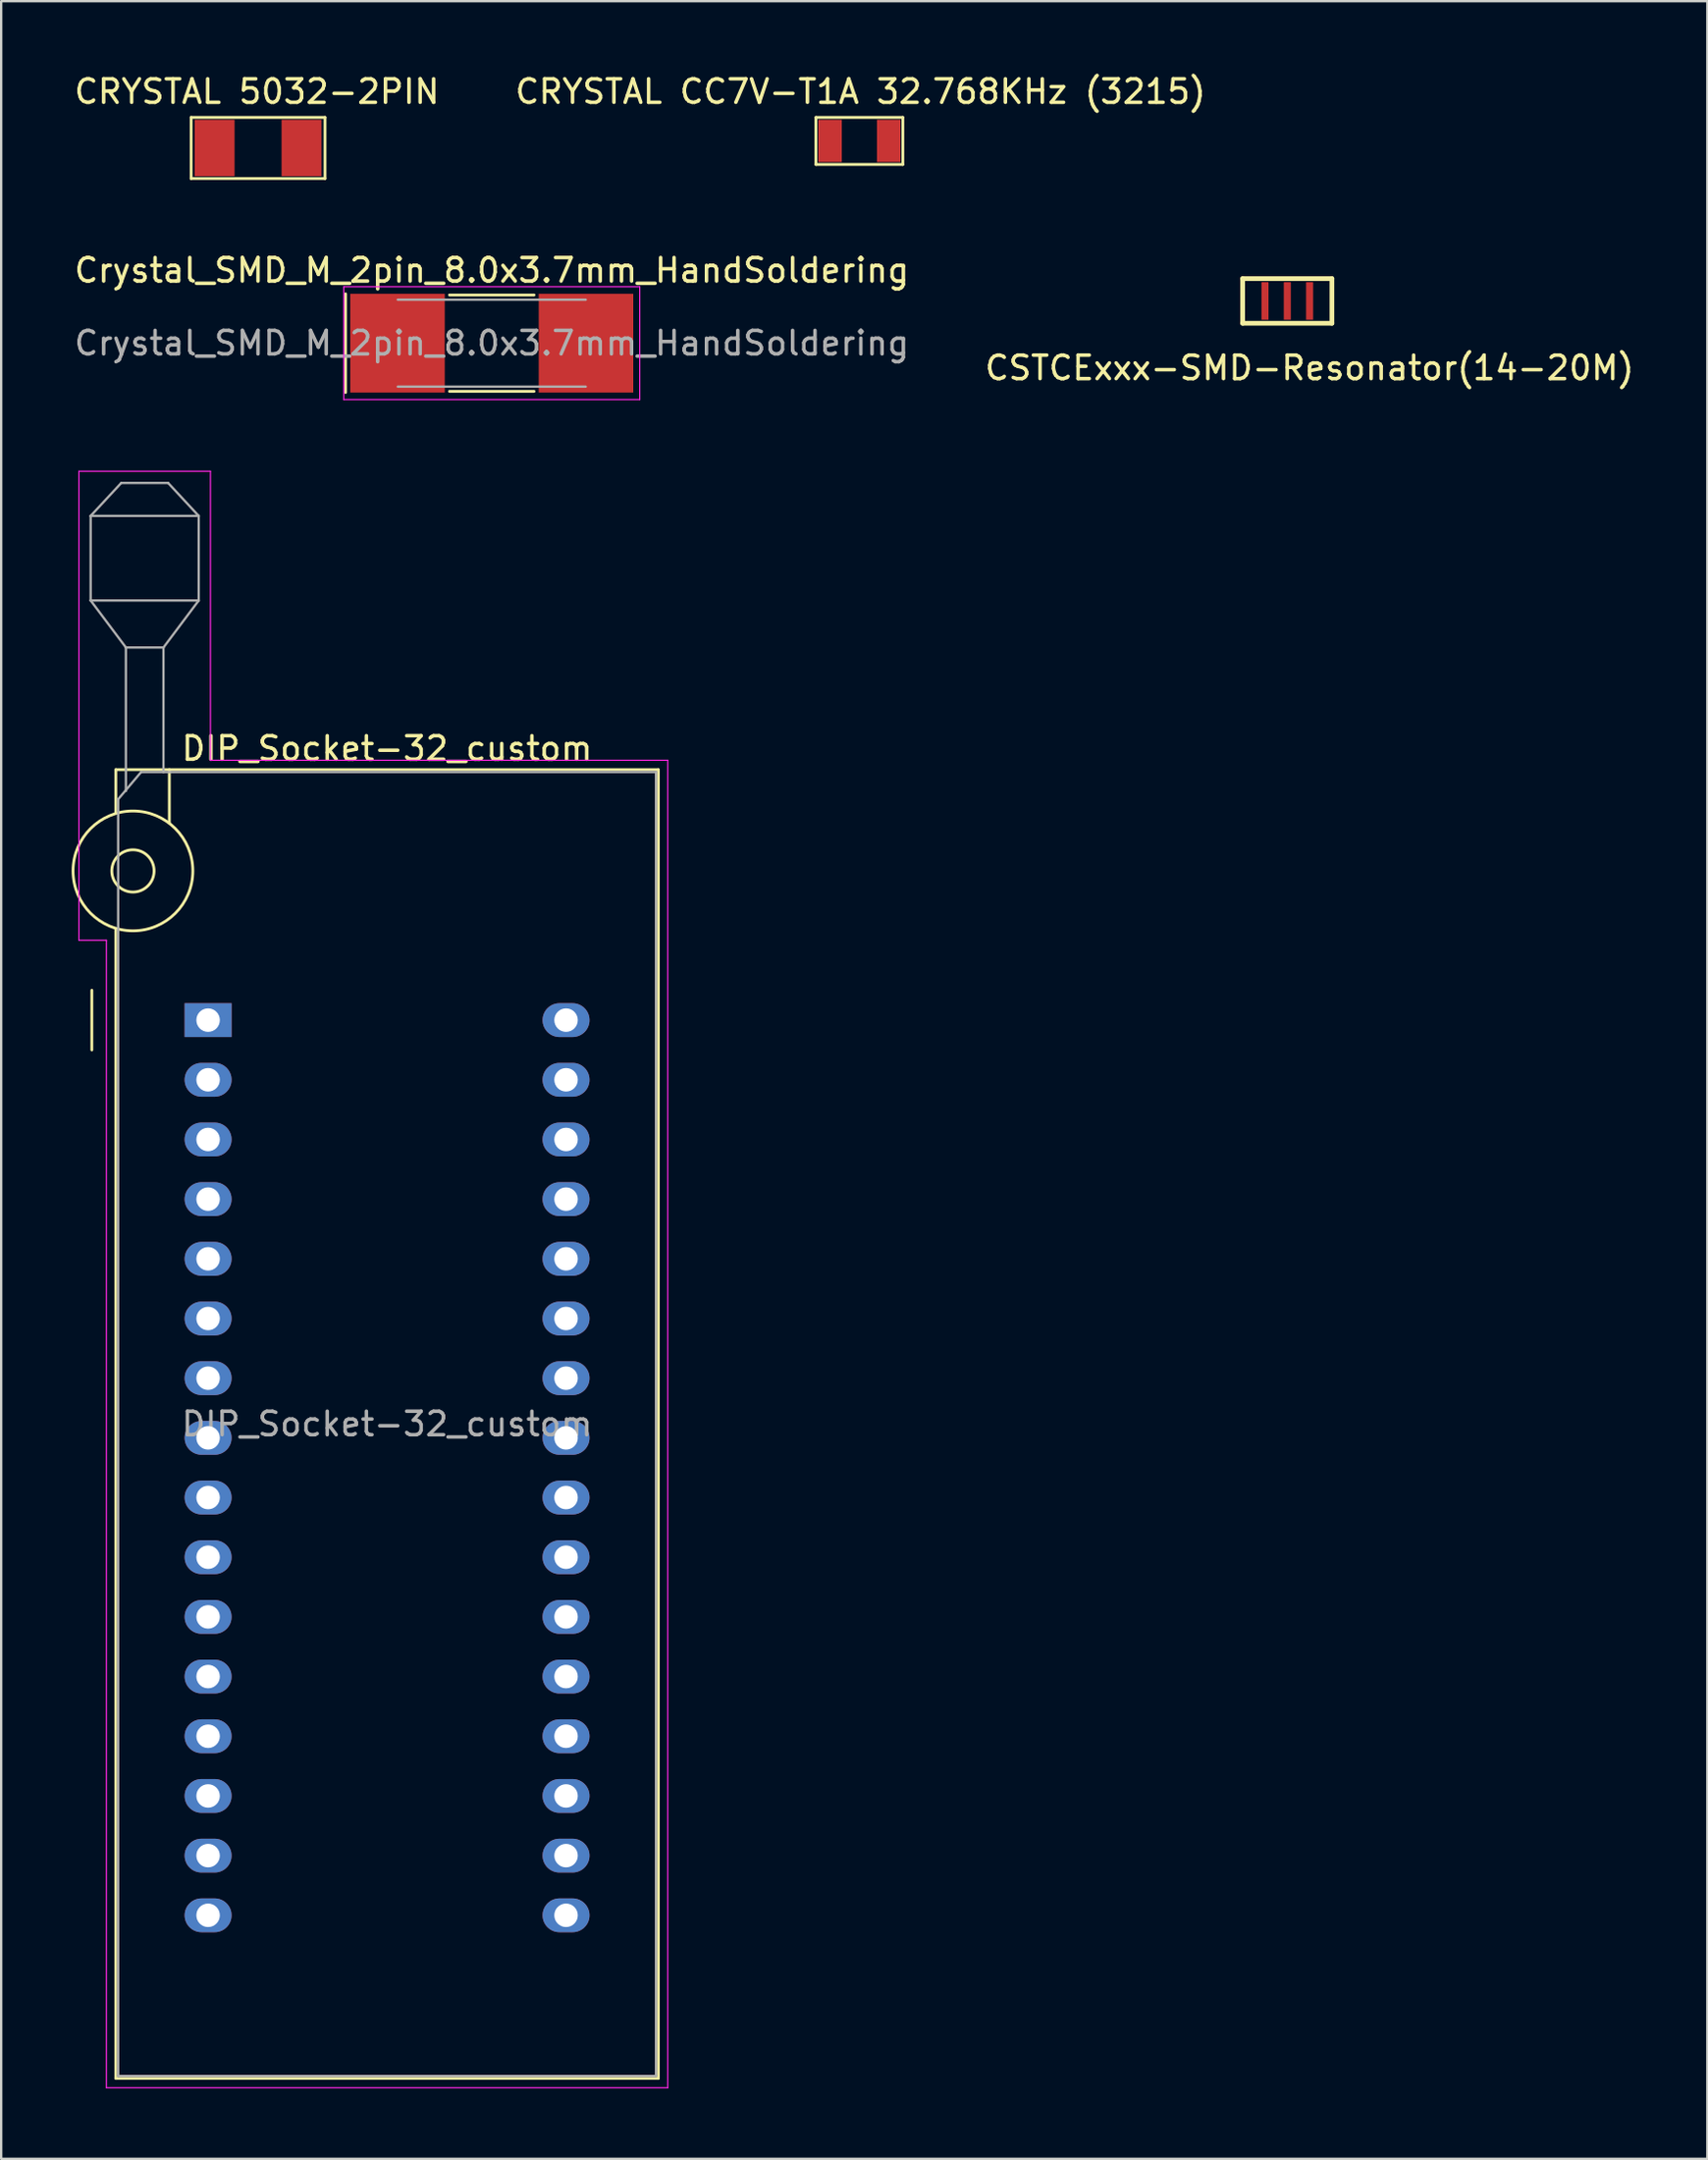
<source format=kicad_pcb>
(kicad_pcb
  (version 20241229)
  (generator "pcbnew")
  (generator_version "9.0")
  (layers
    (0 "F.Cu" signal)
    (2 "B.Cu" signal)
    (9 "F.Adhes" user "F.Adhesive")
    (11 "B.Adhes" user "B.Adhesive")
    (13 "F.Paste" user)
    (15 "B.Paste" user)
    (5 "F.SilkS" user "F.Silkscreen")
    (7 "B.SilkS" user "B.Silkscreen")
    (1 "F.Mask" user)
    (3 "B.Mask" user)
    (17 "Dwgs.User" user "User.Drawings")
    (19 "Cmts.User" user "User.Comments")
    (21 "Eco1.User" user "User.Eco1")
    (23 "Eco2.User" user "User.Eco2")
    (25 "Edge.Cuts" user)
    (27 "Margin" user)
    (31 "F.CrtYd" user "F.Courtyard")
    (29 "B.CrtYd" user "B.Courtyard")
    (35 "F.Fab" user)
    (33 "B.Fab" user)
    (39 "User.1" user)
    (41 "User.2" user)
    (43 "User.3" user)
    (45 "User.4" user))
  (footprint "CRYSTAL 5032-2PIN"
    (layer "F.Cu")
    (at 7.887 3.448)
    (property "Reference" "CRYSTAL 5032-2PIN" (at 0 -2.6 0) (layer "F.SilkS") (effects (font (size 1 1) (thickness 0.15))))
    (attr through_hole)
    (fp_line (start -2.8 -1.5) (end 2.9 -1.5) (stroke (width 0.12) (type solid)) (layer "F.SilkS"))
    (fp_line (start -2.8 1.1) (end -2.8 -1.5) (stroke (width 0.12) (type solid)) (layer "F.SilkS"))
    (fp_line (start 2.9 -1.5) (end 2.9 1.1) (stroke (width 0.12) (type solid)) (layer "F.SilkS"))
    (fp_line (start 2.9 1.1) (end -2.8 1.1) (stroke (width 0.12) (type solid)) (layer "F.SilkS"))
    (pad "1" smd rect (at -1.8 -0.2) (size 1.7 2.4) (layers "F.Cu" "F.Mask" "F.Paste"))
    (pad "2" smd rect (at 1.9 -0.2) (size 1.7 2.4) (layers "F.Cu" "F.Mask" "F.Paste")))
  (footprint "DIP_Socket-32_custom"
    (layer "F.Cu")
    (at 5.81 40.367)
    (property "Reference" "DIP_Socket-32_custom" (at 7.62 -11.56 0) (layer "F.SilkS") (effects (font (size 1 1) (thickness 0.15))))
    (attr through_hole)
    (fp_line (start -4.95 1.27) (end -4.95 -1.27) (stroke (width 0.12) (type solid)) (layer "F.SilkS"))
    (fp_line (start -3.93 -10.66) (end -3.93 -8.8) (stroke (width 0.12) (type solid)) (layer "F.SilkS"))
    (fp_line (start -3.93 -3.9) (end -3.93 45.04) (stroke (width 0.12) (type solid)) (layer "F.SilkS"))
    (fp_line (start -3.93 45.04) (end 19.17 45.04) (stroke (width 0.12) (type solid)) (layer "F.SilkS"))
    (fp_line (start -1.65 -10.66) (end -1.65 -8.4) (stroke (width 0.12) (type solid)) (layer "F.SilkS"))
    (fp_line (start 19.17 -10.66) (end -3.93 -10.66) (stroke (width 0.12) (type solid)) (layer "F.SilkS"))
    (fp_line (start 19.17 45.04) (end 19.17 -10.66) (stroke (width 0.12) (type solid)) (layer "F.SilkS"))
    (fp_circle (center -3.2 -6.35) (end -2.3 -6.35) (stroke (width 0.12) (type solid)) (fill no) (layer "F.SilkS"))
    (fp_circle (center -3.2 -6.35) (end -0.65 -6.35) (stroke (width 0.12) (type solid)) (fill no) (layer "F.SilkS"))
    (fp_line (start -5.5 -23.36) (end 0.1 -23.36) (stroke (width 0.05) (type solid)) (layer "F.CrtYd"))
    (fp_line (start -5.5 -3.4) (end -5.5 -23.36) (stroke (width 0.05) (type solid)) (layer "F.CrtYd"))
    (fp_line (start -4.33 -3.4) (end -5.5 -3.4) (stroke (width 0.05) (type solid)) (layer "F.CrtYd"))
    (fp_line (start -4.33 45.44) (end -4.33 -3.4) (stroke (width 0.05) (type solid)) (layer "F.CrtYd"))
    (fp_line (start 0.1 -23.36) (end 0.1 -11.06) (stroke (width 0.05) (type solid)) (layer "F.CrtYd"))
    (fp_line (start 0.1 -11.06) (end 19.57 -11.06) (stroke (width 0.05) (type solid)) (layer "F.CrtYd"))
    (fp_line (start 19.57 -11.06) (end 19.57 45.44) (stroke (width 0.05) (type solid)) (layer "F.CrtYd"))
    (fp_line (start 19.57 45.44) (end -4.33 45.44) (stroke (width 0.05) (type solid)) (layer "F.CrtYd"))
    (fp_line (start -5 -21.46) (end -5 -17.86) (stroke (width 0.1) (type solid)) (layer "F.Fab"))
    (fp_line (start -5 -21.46) (end -3.7 -22.86) (stroke (width 0.1) (type solid)) (layer "F.Fab"))
    (fp_line (start -5 -17.86) (end -3.5 -15.86) (stroke (width 0.1) (type solid)) (layer "F.Fab"))
    (fp_line (start -5 -17.86) (end -0.4 -17.86) (stroke (width 0.1) (type solid)) (layer "F.Fab"))
    (fp_line (start -3.83 -9.4) (end -2.85 -10.56) (stroke (width 0.1) (type solid)) (layer "F.Fab"))
    (fp_line (start -3.83 44.94) (end -3.83 -9.4) (stroke (width 0.1) (type solid)) (layer "F.Fab"))
    (fp_line (start -3.7 -22.86) (end -1.7 -22.86) (stroke (width 0.1) (type solid)) (layer "F.Fab"))
    (fp_line (start -3.5 -15.86) (end -1.9 -15.86) (stroke (width 0.1) (type solid)) (layer "F.Fab"))
    (fp_line (start -3.5 -9.75) (end -3.5 -15.86) (stroke (width 0.1) (type solid)) (layer "F.Fab"))
    (fp_line (start -2.85 -10.56) (end 19.07 -10.56) (stroke (width 0.1) (type solid)) (layer "F.Fab"))
    (fp_line (start -1.9 -15.86) (end -1.9 -10.56) (stroke (width 0.1) (type solid)) (layer "F.Fab"))
    (fp_line (start -1.7 -22.86) (end -0.4 -21.46) (stroke (width 0.1) (type solid)) (layer "F.Fab"))
    (fp_line (start -0.4 -21.46) (end -5 -21.46) (stroke (width 0.1) (type solid)) (layer "F.Fab"))
    (fp_line (start -0.4 -17.86) (end -1.9 -15.86) (stroke (width 0.1) (type solid)) (layer "F.Fab"))
    (fp_line (start -0.4 -17.86) (end -0.4 -21.46) (stroke (width 0.1) (type solid)) (layer "F.Fab"))
    (fp_line (start 19.07 -10.56) (end 19.07 44.94) (stroke (width 0.1) (type solid)) (layer "F.Fab"))
    (fp_line (start 19.07 44.94) (end -3.83 44.94) (stroke (width 0.1) (type solid)) (layer "F.Fab"))
    (fp_text user "${REFERENCE}" (at 7.62 17.19 0) (layer "F.Fab") (effects (font (size 1 1) (thickness 0.15))))
    (pad "" thru_hole oval (at 0 35.56) (size 2 1.44) (drill 1) (layers "*.Cu" "*.Mask"))
    (pad "" thru_hole oval (at 0 38.1) (size 2 1.44) (drill 1) (layers "*.Cu" "*.Mask"))
    (pad "" thru_hole oval (at 15.24 35.56) (size 2 1.44) (drill 1) (layers "*.Cu" "*.Mask"))
    (pad "" thru_hole oval (at 15.24 38.1) (size 2 1.44) (drill 1) (layers "*.Cu" "*.Mask"))
    (pad "1" thru_hole rect (at 0 0) (size 2 1.44) (drill 1) (layers "*.Cu" "*.Mask"))
    (pad "2" thru_hole oval (at 0 2.54) (size 2 1.44) (drill 1) (layers "*.Cu" "*.Mask"))
    (pad "3" thru_hole oval (at 0 5.08) (size 2 1.44) (drill 1) (layers "*.Cu" "*.Mask"))
    (pad "4" thru_hole oval (at 0 7.62) (size 2 1.44) (drill 1) (layers "*.Cu" "*.Mask"))
    (pad "5" thru_hole oval (at 0 10.16) (size 2 1.44) (drill 1) (layers "*.Cu" "*.Mask"))
    (pad "6" thru_hole oval (at 0 12.7) (size 2 1.44) (drill 1) (layers "*.Cu" "*.Mask"))
    (pad "7" thru_hole oval (at 0 15.24) (size 2 1.44) (drill 1) (layers "*.Cu" "*.Mask"))
    (pad "8" thru_hole oval (at 0 17.78) (size 2 1.44) (drill 1) (layers "*.Cu" "*.Mask"))
    (pad "9" thru_hole oval (at 0 20.32) (size 2 1.44) (drill 1) (layers "*.Cu" "*.Mask"))
    (pad "10" thru_hole oval (at 0 22.86) (size 2 1.44) (drill 1) (layers "*.Cu" "*.Mask"))
    (pad "11" thru_hole oval (at 0 25.4) (size 2 1.44) (drill 1) (layers "*.Cu" "*.Mask"))
    (pad "12" thru_hole oval (at 0 27.94) (size 2 1.44) (drill 1) (layers "*.Cu" "*.Mask"))
    (pad "13" thru_hole oval (at 0 30.48) (size 2 1.44) (drill 1) (layers "*.Cu" "*.Mask"))
    (pad "14" thru_hole oval (at 0 33.02) (size 2 1.44) (drill 1) (layers "*.Cu" "*.Mask"))
    (pad "15" thru_hole oval (at 15.24 33.02) (size 2 1.44) (drill 1) (layers "*.Cu" "*.Mask"))
    (pad "16" thru_hole oval (at 15.24 30.48) (size 2 1.44) (drill 1) (layers "*.Cu" "*.Mask"))
    (pad "17" thru_hole oval (at 15.24 27.94) (size 2 1.44) (drill 1) (layers "*.Cu" "*.Mask"))
    (pad "18" thru_hole oval (at 15.24 25.4) (size 2 1.44) (drill 1) (layers "*.Cu" "*.Mask"))
    (pad "19" thru_hole oval (at 15.24 22.86) (size 2 1.44) (drill 1) (layers "*.Cu" "*.Mask"))
    (pad "20" thru_hole oval (at 15.24 20.32) (size 2 1.44) (drill 1) (layers "*.Cu" "*.Mask"))
    (pad "21" thru_hole oval (at 15.24 17.78) (size 2 1.44) (drill 1) (layers "*.Cu" "*.Mask"))
    (pad "22" thru_hole oval (at 15.24 15.24) (size 2 1.44) (drill 1) (layers "*.Cu" "*.Mask"))
    (pad "23" thru_hole oval (at 15.24 12.7) (size 2 1.44) (drill 1) (layers "*.Cu" "*.Mask"))
    (pad "24" thru_hole oval (at 15.24 10.16) (size 2 1.44) (drill 1) (layers "*.Cu" "*.Mask"))
    (pad "25" thru_hole oval (at 15.24 7.62) (size 2 1.44) (drill 1) (layers "*.Cu" "*.Mask"))
    (pad "26" thru_hole oval (at 15.24 5.08) (size 2 1.44) (drill 1) (layers "*.Cu" "*.Mask"))
    (pad "27" thru_hole oval (at 15.24 2.54) (size 2 1.44) (drill 1) (layers "*.Cu" "*.Mask"))
    (pad "28" thru_hole oval (at 15.24 0) (size 2 1.44) (drill 1) (layers "*.Cu" "*.Mask")))
  (footprint "Crystal_SMD_M_2pin_8.0x3.7mm_HandSoldering"
    (layer "F.Cu")
    (at 17.887 11.556)
    (property "Reference" "Crystal_SMD_M_2pin_8.0x3.7mm_HandSoldering" (at 0 -3.1 0) (layer "F.SilkS") (effects (font (size 1 1) (thickness 0.15))))
    (attr smd)
    (fp_line (start -6.225 -2.1) (end -6.225 2.1) (stroke (width 0.12) (type solid)) (layer "F.SilkS"))
    (fp_line (start -1.8 -2.05) (end 1.8 -2.05) (stroke (width 0.12) (type solid)) (layer "F.SilkS"))
    (fp_line (start -1.8 2.05) (end 1.8 2.05) (stroke (width 0.12) (type solid)) (layer "F.SilkS"))
    (fp_line (start -6.3 -2.4) (end -6.3 2.4) (stroke (width 0.05) (type solid)) (layer "F.CrtYd"))
    (fp_line (start -6.3 2.4) (end 6.3 2.4) (stroke (width 0.05) (type solid)) (layer "F.CrtYd"))
    (fp_line (start 6.3 -2.4) (end -6.3 -2.4) (stroke (width 0.05) (type solid)) (layer "F.CrtYd"))
    (fp_line (start 6.3 2.4) (end 6.3 -2.4) (stroke (width 0.05) (type solid)) (layer "F.CrtYd"))
    (fp_line (start -4 1.85) (end 4 1.85) (stroke (width 0.1) (type solid)) (layer "F.Fab"))
    (fp_line (start 4 -1.85) (end -4 -1.85) (stroke (width 0.1) (type solid)) (layer "F.Fab"))
    (fp_text user "${REFERENCE}" (at 0 0 0) (layer "F.Fab") (effects (font (size 1 1) (thickness 0.15))))
    (pad "1" smd rect (at -4.013 0) (size 4.025 4.2) (layers "F.Cu" "F.Mask" "F.Paste"))
    (pad "2" smd rect (at 4.013 0) (size 4.025 4.2) (layers "F.Cu" "F.Mask" "F.Paste")))
  (footprint "CSTCExxx-SMD-Resonator(14-20M)"
    (layer "F.Cu")
    (at 52.708 7.858)
    (property "Reference" "CSTCExxx-SMD-Resonator(14-20M)" (at 0 4.75 0) (layer "F.SilkS") (effects (font (size 1 1) (thickness 0.15))))
    (attr through_hole)
    (fp_line (start -2.85 0.95) (end 0.95 0.95) (stroke (width 0.2) (type solid)) (layer "F.SilkS"))
    (fp_line (start -2.85 2.85) (end -2.85 0.95) (stroke (width 0.2) (type solid)) (layer "F.SilkS"))
    (fp_line (start 0.95 0.95) (end 0.95 2.85) (stroke (width 0.2) (type solid)) (layer "F.SilkS"))
    (fp_line (start 0.95 2.85) (end -2.85 2.85) (stroke (width 0.2) (type solid)) (layer "F.SilkS"))
    (pad "1" smd rect (at -1.9 1.9) (size 0.3 1.6) (layers "F.Cu" "F.Mask" "F.Paste"))
    (pad "2" smd rect (at -0.95 1.9) (size 0.3 1.6) (layers "F.Cu" "F.Mask" "F.Paste"))
    (pad "3" smd rect (at 0 1.9) (size 0.3 1.6) (layers "F.Cu" "F.Mask" "F.Paste")))
  (footprint "CRYSTAL CC7V-T1A 32.768KHz (3215)"
    (layer "F.Cu")
    (at 33.589 3.048)
    (property "Reference" "CRYSTAL CC7V-T1A 32.768KHz (3215)" (at 0 -2.2 0) (layer "F.SilkS") (effects (font (size 1 1) (thickness 0.15))))
    (attr through_hole)
    (fp_line (start -1.9 -1.1) (end 1.8 -1.1) (stroke (width 0.12) (type solid)) (layer "F.SilkS"))
    (fp_line (start -1.9 0.9) (end -1.9 -1.1) (stroke (width 0.12) (type solid)) (layer "F.SilkS"))
    (fp_line (start 1.8 -1.1) (end 1.8 0.9) (stroke (width 0.12) (type solid)) (layer "F.SilkS"))
    (fp_line (start 1.8 0.9) (end -1.9 0.9) (stroke (width 0.12) (type solid)) (layer "F.SilkS"))
    (pad "1" smd rect (at -1.3 -0.1) (size 1 1.8) (layers "F.Cu" "F.Mask" "F.Paste"))
    (pad "2" smd rect (at 1.2 -0.1) (size 1 1.8) (layers "F.Cu" "F.Mask" "F.Paste")))
  (gr_rect
    (start -3 -3)
    (end 69.643 88.832)
    (stroke (width 0.1) (type default))
    (fill no)
    (layer "Edge.Cuts")))
</source>
